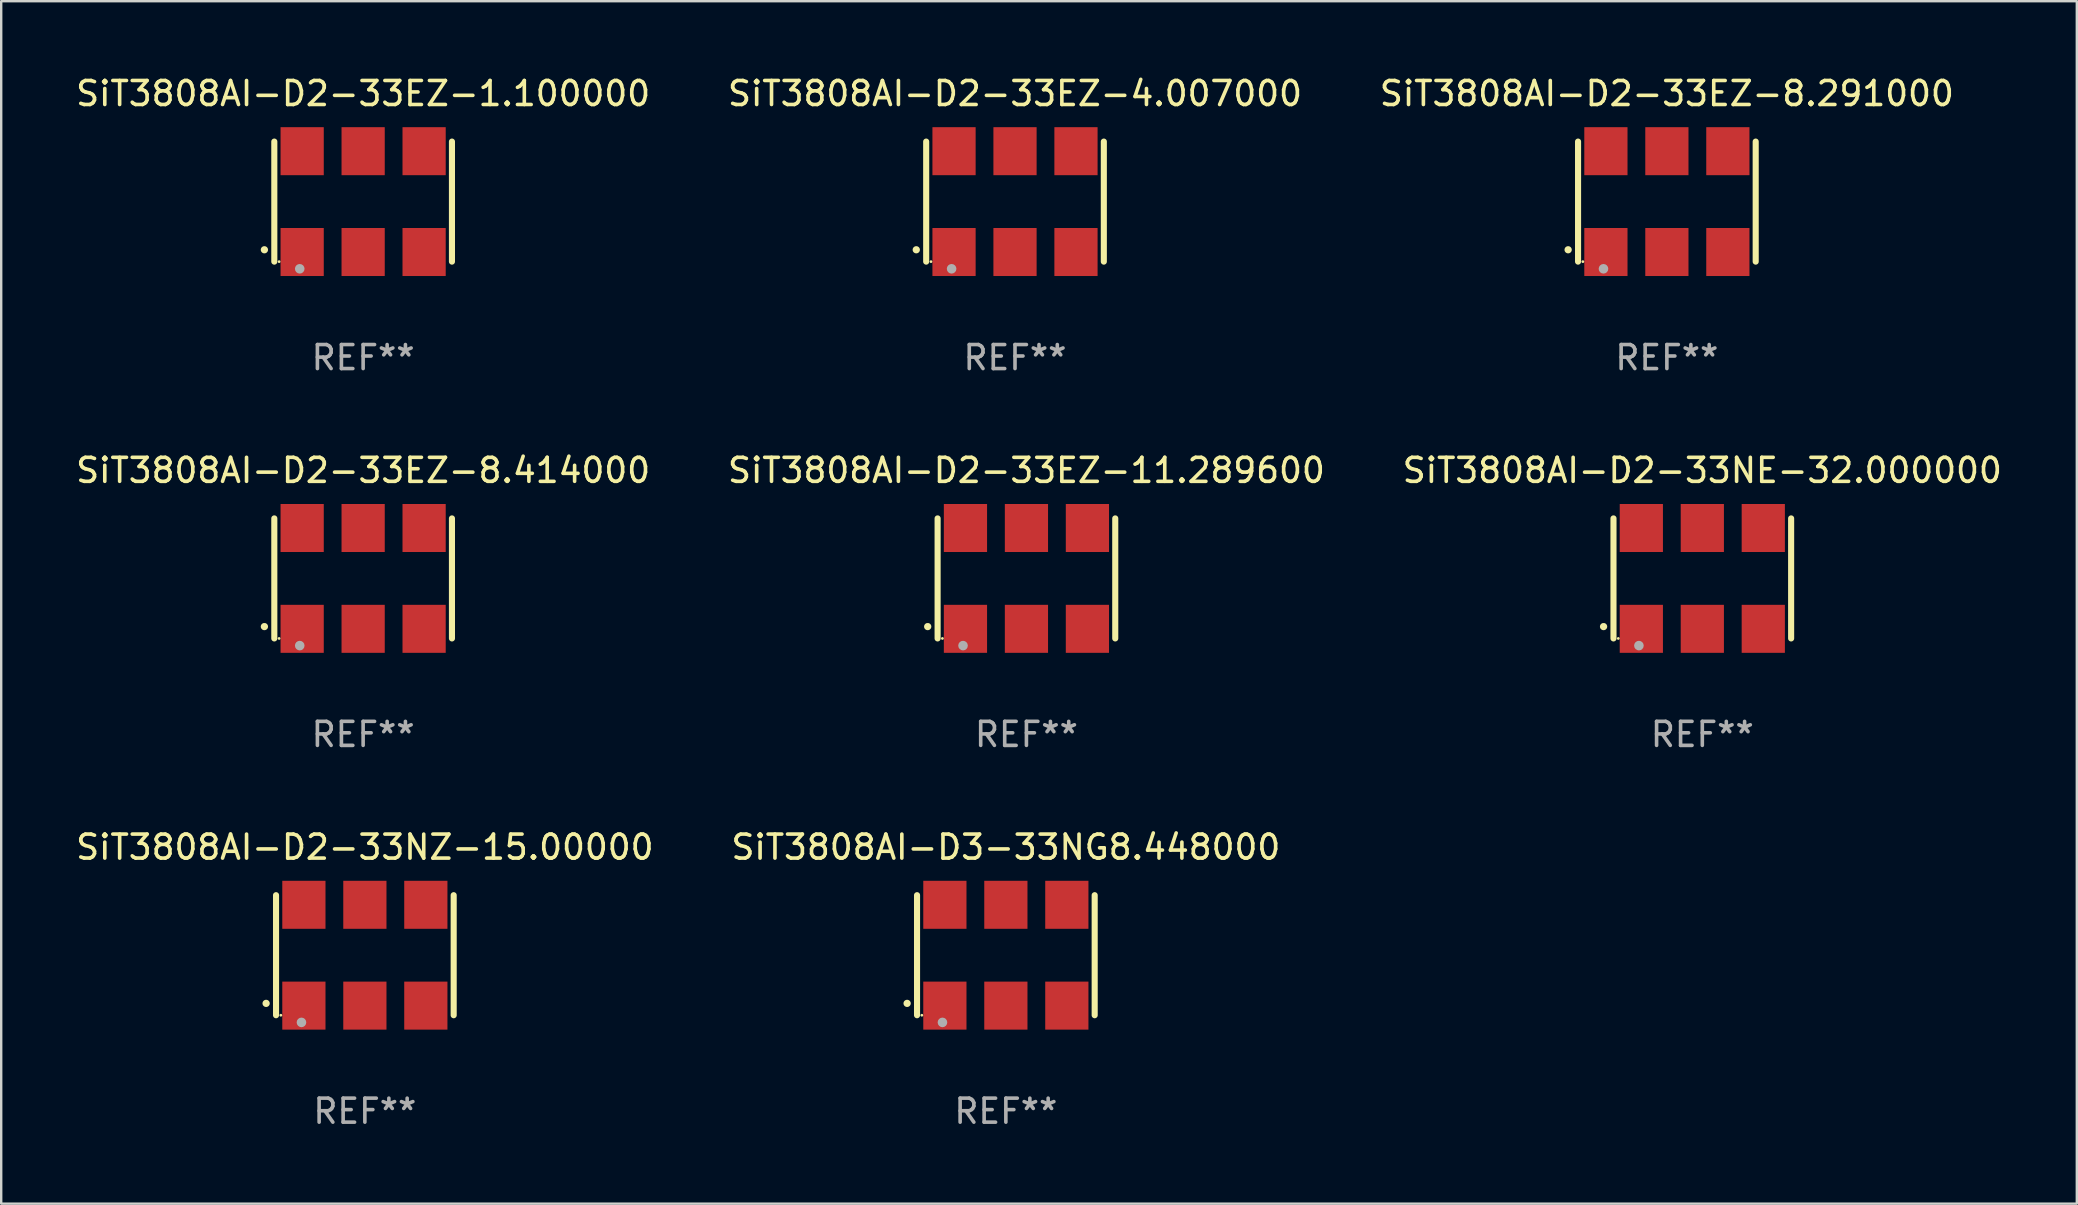
<source format=kicad_pcb>
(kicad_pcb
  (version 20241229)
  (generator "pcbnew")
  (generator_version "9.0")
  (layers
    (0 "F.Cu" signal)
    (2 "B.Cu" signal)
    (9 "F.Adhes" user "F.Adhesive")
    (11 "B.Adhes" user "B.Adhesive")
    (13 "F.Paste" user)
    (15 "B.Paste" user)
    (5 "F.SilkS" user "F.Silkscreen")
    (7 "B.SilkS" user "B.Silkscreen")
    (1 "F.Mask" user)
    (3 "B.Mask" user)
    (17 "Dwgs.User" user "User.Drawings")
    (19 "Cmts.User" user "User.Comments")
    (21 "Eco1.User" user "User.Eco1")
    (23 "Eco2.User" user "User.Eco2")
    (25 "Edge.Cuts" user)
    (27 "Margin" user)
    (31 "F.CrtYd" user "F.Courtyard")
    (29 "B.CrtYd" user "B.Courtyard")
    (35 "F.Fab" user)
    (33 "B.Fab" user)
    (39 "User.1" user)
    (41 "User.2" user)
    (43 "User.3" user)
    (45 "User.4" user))
  (footprint "SiT3808AI-D2-33NE-32.000000"
    (layer "F.Cu")
    (at 67.863 21.045)
    (property "Reference" "SiT3808AI-D2-33NE-32.000000" (at 0 -4.5 0) (layer "F.SilkS") (effects (font (size 1 1) (thickness 0.15))))
    (attr through_hole)
    (fp_line (start -3.7 -2.5) (end -3.7 2.5) (stroke (width 0.254) (type solid)) (layer "F.SilkS"))
    (fp_line (start 3.7 -2.5) (end 3.7 2.5) (stroke (width 0.254) (type solid)) (layer "F.SilkS"))
    (fp_arc (start -4.114415 2.006604) (mid -4.113145 2.006599) (end -4.111875 2.006604) (stroke (width 0.3) (type solid)) (layer "F.SilkS"))
    (fp_circle (center -3.5 2.501) (end -3.47 2.501) (stroke (width 0.06) (type solid)) (fill no) (layer "F.SilkS"))
    (fp_circle (center -2.641 2.799) (end -2.541 2.799) (stroke (width 0.2) (type solid)) (fill no) (layer "F.Fab"))
    (fp_text user "REF**" (at 0 6.5 0) (layer "F.Fab") (effects (font (size 1 1) (thickness 0.15))))
    (pad "1" smd rect (at -2.54 2.1) (size 1.8 2) (layers "F.Cu" "F.Mask" "F.Paste"))
    (pad "2" smd rect (at 0.000394 2.1) (size 1.8 2) (layers "F.Cu" "F.Mask" "F.Paste"))
    (pad "3" smd rect (at 2.54 2.1) (size 1.8 2) (layers "F.Cu" "F.Mask" "F.Paste"))
    (pad "4" smd rect (at 2.54 -2.1) (size 1.8 2) (layers "F.Cu" "F.Mask" "F.Paste"))
    (pad "5" smd rect (at 0.000394 -2.1) (size 1.8 2) (layers "F.Cu" "F.Mask" "F.Paste"))
    (pad "6" smd rect (at -2.54 -2.1) (size 1.8 2) (layers "F.Cu" "F.Mask" "F.Paste")))
  (footprint "SiT3808AI-D2-33NZ-15.00000"
    (layer "F.Cu")
    (at 12.149 36.741)
    (property "Reference" "SiT3808AI-D2-33NZ-15.00000" (at 0 -4.5 0) (layer "F.SilkS") (effects (font (size 1 1) (thickness 0.15))))
    (attr through_hole)
    (fp_line (start -3.7 -2.5) (end -3.7 2.5) (stroke (width 0.254) (type solid)) (layer "F.SilkS"))
    (fp_line (start 3.7 -2.5) (end 3.7 2.5) (stroke (width 0.254) (type solid)) (layer "F.SilkS"))
    (fp_arc (start -4.114415 2.006604) (mid -4.113145 2.006599) (end -4.111875 2.006604) (stroke (width 0.3) (type solid)) (layer "F.SilkS"))
    (fp_circle (center -3.5 2.501) (end -3.47 2.501) (stroke (width 0.06) (type solid)) (fill no) (layer "F.SilkS"))
    (fp_circle (center -2.641 2.799) (end -2.541 2.799) (stroke (width 0.2) (type solid)) (fill no) (layer "F.Fab"))
    (fp_text user "REF**" (at 0 6.5 0) (layer "F.Fab") (effects (font (size 1 1) (thickness 0.15))))
    (pad "1" smd rect (at -2.54 2.1) (size 1.8 2) (layers "F.Cu" "F.Mask" "F.Paste"))
    (pad "2" smd rect (at 0.000394 2.1) (size 1.8 2) (layers "F.Cu" "F.Mask" "F.Paste"))
    (pad "3" smd rect (at 2.54 2.1) (size 1.8 2) (layers "F.Cu" "F.Mask" "F.Paste"))
    (pad "4" smd rect (at 2.54 -2.1) (size 1.8 2) (layers "F.Cu" "F.Mask" "F.Paste"))
    (pad "5" smd rect (at 0.000394 -2.1) (size 1.8 2) (layers "F.Cu" "F.Mask" "F.Paste"))
    (pad "6" smd rect (at -2.54 -2.1) (size 1.8 2) (layers "F.Cu" "F.Mask" "F.Paste")))
  (footprint "SiT3808AI-D2-33EZ-11.289600"
    (layer "F.Cu")
    (at 39.708 21.045)
    (property "Reference" "SiT3808AI-D2-33EZ-11.289600" (at 0 -4.5 0) (layer "F.SilkS") (effects (font (size 1 1) (thickness 0.15))))
    (attr through_hole)
    (fp_line (start -3.7 -2.5) (end -3.7 2.5) (stroke (width 0.254) (type solid)) (layer "F.SilkS"))
    (fp_line (start 3.7 -2.5) (end 3.7 2.5) (stroke (width 0.254) (type solid)) (layer "F.SilkS"))
    (fp_arc (start -4.114415 2.006604) (mid -4.113145 2.006599) (end -4.111875 2.006604) (stroke (width 0.3) (type solid)) (layer "F.SilkS"))
    (fp_circle (center -3.5 2.501) (end -3.47 2.501) (stroke (width 0.06) (type solid)) (fill no) (layer "F.SilkS"))
    (fp_circle (center -2.641 2.799) (end -2.541 2.799) (stroke (width 0.2) (type solid)) (fill no) (layer "F.Fab"))
    (fp_text user "REF**" (at 0 6.5 0) (layer "F.Fab") (effects (font (size 1 1) (thickness 0.15))))
    (pad "1" smd rect (at -2.54 2.1) (size 1.8 2) (layers "F.Cu" "F.Mask" "F.Paste"))
    (pad "2" smd rect (at 0.000394 2.1) (size 1.8 2) (layers "F.Cu" "F.Mask" "F.Paste"))
    (pad "3" smd rect (at 2.54 2.1) (size 1.8 2) (layers "F.Cu" "F.Mask" "F.Paste"))
    (pad "4" smd rect (at 2.54 -2.1) (size 1.8 2) (layers "F.Cu" "F.Mask" "F.Paste"))
    (pad "5" smd rect (at 0.000394 -2.1) (size 1.8 2) (layers "F.Cu" "F.Mask" "F.Paste"))
    (pad "6" smd rect (at -2.54 -2.1) (size 1.8 2) (layers "F.Cu" "F.Mask" "F.Paste")))
  (footprint "SiT3808AI-D2-33EZ-1.100000"
    (layer "F.Cu")
    (at 12.077 5.348)
    (property "Reference" "SiT3808AI-D2-33EZ-1.100000" (at 0 -4.5 0) (layer "F.SilkS") (effects (font (size 1 1) (thickness 0.15))))
    (attr through_hole)
    (fp_line (start -3.7 -2.5) (end -3.7 2.5) (stroke (width 0.254) (type solid)) (layer "F.SilkS"))
    (fp_line (start 3.7 -2.5) (end 3.7 2.5) (stroke (width 0.254) (type solid)) (layer "F.SilkS"))
    (fp_arc (start -4.114415 2.006604) (mid -4.113145 2.006599) (end -4.111875 2.006604) (stroke (width 0.3) (type solid)) (layer "F.SilkS"))
    (fp_circle (center -3.5 2.501) (end -3.47 2.501) (stroke (width 0.06) (type solid)) (fill no) (layer "F.SilkS"))
    (fp_circle (center -2.641 2.799) (end -2.541 2.799) (stroke (width 0.2) (type solid)) (fill no) (layer "F.Fab"))
    (fp_text user "REF**" (at 0 6.5 0) (layer "F.Fab") (effects (font (size 1 1) (thickness 0.15))))
    (pad "1" smd rect (at -2.54 2.1) (size 1.8 2) (layers "F.Cu" "F.Mask" "F.Paste"))
    (pad "2" smd rect (at 0.000394 2.1) (size 1.8 2) (layers "F.Cu" "F.Mask" "F.Paste"))
    (pad "3" smd rect (at 2.54 2.1) (size 1.8 2) (layers "F.Cu" "F.Mask" "F.Paste"))
    (pad "4" smd rect (at 2.54 -2.1) (size 1.8 2) (layers "F.Cu" "F.Mask" "F.Paste"))
    (pad "5" smd rect (at 0.000394 -2.1) (size 1.8 2) (layers "F.Cu" "F.Mask" "F.Paste"))
    (pad "6" smd rect (at -2.54 -2.1) (size 1.8 2) (layers "F.Cu" "F.Mask" "F.Paste")))
  (footprint "SiT3808AI-D2-33EZ-8.291000"
    (layer "F.Cu")
    (at 66.387 5.348)
    (property "Reference" "SiT3808AI-D2-33EZ-8.291000" (at 0 -4.5 0) (layer "F.SilkS") (effects (font (size 1 1) (thickness 0.15))))
    (attr through_hole)
    (fp_line (start -3.7 -2.5) (end -3.7 2.5) (stroke (width 0.254) (type solid)) (layer "F.SilkS"))
    (fp_line (start 3.7 -2.5) (end 3.7 2.5) (stroke (width 0.254) (type solid)) (layer "F.SilkS"))
    (fp_arc (start -4.114415 2.006604) (mid -4.113145 2.006599) (end -4.111875 2.006604) (stroke (width 0.3) (type solid)) (layer "F.SilkS"))
    (fp_circle (center -3.5 2.501) (end -3.47 2.501) (stroke (width 0.06) (type solid)) (fill no) (layer "F.SilkS"))
    (fp_circle (center -2.641 2.799) (end -2.541 2.799) (stroke (width 0.2) (type solid)) (fill no) (layer "F.Fab"))
    (fp_text user "REF**" (at 0 6.5 0) (layer "F.Fab") (effects (font (size 1 1) (thickness 0.15))))
    (pad "1" smd rect (at -2.54 2.1) (size 1.8 2) (layers "F.Cu" "F.Mask" "F.Paste"))
    (pad "2" smd rect (at 0.000394 2.1) (size 1.8 2) (layers "F.Cu" "F.Mask" "F.Paste"))
    (pad "3" smd rect (at 2.54 2.1) (size 1.8 2) (layers "F.Cu" "F.Mask" "F.Paste"))
    (pad "4" smd rect (at 2.54 -2.1) (size 1.8 2) (layers "F.Cu" "F.Mask" "F.Paste"))
    (pad "5" smd rect (at 0.000394 -2.1) (size 1.8 2) (layers "F.Cu" "F.Mask" "F.Paste"))
    (pad "6" smd rect (at -2.54 -2.1) (size 1.8 2) (layers "F.Cu" "F.Mask" "F.Paste")))
  (footprint "SiT3808AI-D3-33NG8.448000"
    (layer "F.Cu")
    (at 38.851 36.741)
    (property "Reference" "SiT3808AI-D3-33NG8.448000" (at 0 -4.5 0) (layer "F.SilkS") (effects (font (size 1 1) (thickness 0.15))))
    (attr through_hole)
    (fp_line (start -3.7 -2.5) (end -3.7 2.5) (stroke (width 0.254) (type solid)) (layer "F.SilkS"))
    (fp_line (start 3.7 -2.5) (end 3.7 2.5) (stroke (width 0.254) (type solid)) (layer "F.SilkS"))
    (fp_arc (start -4.114415 2.006604) (mid -4.113145 2.006599) (end -4.111875 2.006604) (stroke (width 0.3) (type solid)) (layer "F.SilkS"))
    (fp_circle (center -3.5 2.501) (end -3.47 2.501) (stroke (width 0.06) (type solid)) (fill no) (layer "F.SilkS"))
    (fp_circle (center -2.641 2.799) (end -2.541 2.799) (stroke (width 0.2) (type solid)) (fill no) (layer "F.Fab"))
    (fp_text user "REF**" (at 0 6.5 0) (layer "F.Fab") (effects (font (size 1 1) (thickness 0.15))))
    (pad "1" smd rect (at -2.54 2.1) (size 1.8 2) (layers "F.Cu" "F.Mask" "F.Paste"))
    (pad "2" smd rect (at 0.000394 2.1) (size 1.8 2) (layers "F.Cu" "F.Mask" "F.Paste"))
    (pad "3" smd rect (at 2.54 2.1) (size 1.8 2) (layers "F.Cu" "F.Mask" "F.Paste"))
    (pad "4" smd rect (at 2.54 -2.1) (size 1.8 2) (layers "F.Cu" "F.Mask" "F.Paste"))
    (pad "5" smd rect (at 0.000394 -2.1) (size 1.8 2) (layers "F.Cu" "F.Mask" "F.Paste"))
    (pad "6" smd rect (at -2.54 -2.1) (size 1.8 2) (layers "F.Cu" "F.Mask" "F.Paste")))
  (footprint "SiT3808AI-D2-33EZ-8.414000"
    (layer "F.Cu")
    (at 12.077 21.045)
    (property "Reference" "SiT3808AI-D2-33EZ-8.414000" (at 0 -4.5 0) (layer "F.SilkS") (effects (font (size 1 1) (thickness 0.15))))
    (attr through_hole)
    (fp_line (start -3.7 -2.5) (end -3.7 2.5) (stroke (width 0.254) (type solid)) (layer "F.SilkS"))
    (fp_line (start 3.7 -2.5) (end 3.7 2.5) (stroke (width 0.254) (type solid)) (layer "F.SilkS"))
    (fp_arc (start -4.114415 2.006604) (mid -4.113145 2.006599) (end -4.111875 2.006604) (stroke (width 0.3) (type solid)) (layer "F.SilkS"))
    (fp_circle (center -3.5 2.501) (end -3.47 2.501) (stroke (width 0.06) (type solid)) (fill no) (layer "F.SilkS"))
    (fp_circle (center -2.641 2.799) (end -2.541 2.799) (stroke (width 0.2) (type solid)) (fill no) (layer "F.Fab"))
    (fp_text user "REF**" (at 0 6.5 0) (layer "F.Fab") (effects (font (size 1 1) (thickness 0.15))))
    (pad "1" smd rect (at -2.54 2.1) (size 1.8 2) (layers "F.Cu" "F.Mask" "F.Paste"))
    (pad "2" smd rect (at 0.000394 2.1) (size 1.8 2) (layers "F.Cu" "F.Mask" "F.Paste"))
    (pad "3" smd rect (at 2.54 2.1) (size 1.8 2) (layers "F.Cu" "F.Mask" "F.Paste"))
    (pad "4" smd rect (at 2.54 -2.1) (size 1.8 2) (layers "F.Cu" "F.Mask" "F.Paste"))
    (pad "5" smd rect (at 0.000394 -2.1) (size 1.8 2) (layers "F.Cu" "F.Mask" "F.Paste"))
    (pad "6" smd rect (at -2.54 -2.1) (size 1.8 2) (layers "F.Cu" "F.Mask" "F.Paste")))
  (footprint "SiT3808AI-D2-33EZ-4.007000"
    (layer "F.Cu")
    (at 39.232 5.348)
    (property "Reference" "SiT3808AI-D2-33EZ-4.007000" (at 0 -4.5 0) (layer "F.SilkS") (effects (font (size 1 1) (thickness 0.15))))
    (attr through_hole)
    (fp_line (start -3.7 -2.5) (end -3.7 2.5) (stroke (width 0.254) (type solid)) (layer "F.SilkS"))
    (fp_line (start 3.7 -2.5) (end 3.7 2.5) (stroke (width 0.254) (type solid)) (layer "F.SilkS"))
    (fp_arc (start -4.114415 2.006604) (mid -4.113145 2.006599) (end -4.111875 2.006604) (stroke (width 0.3) (type solid)) (layer "F.SilkS"))
    (fp_circle (center -3.5 2.501) (end -3.47 2.501) (stroke (width 0.06) (type solid)) (fill no) (layer "F.SilkS"))
    (fp_circle (center -2.641 2.799) (end -2.541 2.799) (stroke (width 0.2) (type solid)) (fill no) (layer "F.Fab"))
    (fp_text user "REF**" (at 0 6.5 0) (layer "F.Fab") (effects (font (size 1 1) (thickness 0.15))))
    (pad "1" smd rect (at -2.54 2.1) (size 1.8 2) (layers "F.Cu" "F.Mask" "F.Paste"))
    (pad "2" smd rect (at 0.000394 2.1) (size 1.8 2) (layers "F.Cu" "F.Mask" "F.Paste"))
    (pad "3" smd rect (at 2.54 2.1) (size 1.8 2) (layers "F.Cu" "F.Mask" "F.Paste"))
    (pad "4" smd rect (at 2.54 -2.1) (size 1.8 2) (layers "F.Cu" "F.Mask" "F.Paste"))
    (pad "5" smd rect (at 0.000394 -2.1) (size 1.8 2) (layers "F.Cu" "F.Mask" "F.Paste"))
    (pad "6" smd rect (at -2.54 -2.1) (size 1.8 2) (layers "F.Cu" "F.Mask" "F.Paste")))
  (gr_rect
    (start -3 -3)
    (end 83.464 47.09)
    (stroke (width 0.1) (type default))
    (fill no)
    (layer "Edge.Cuts")))
</source>
